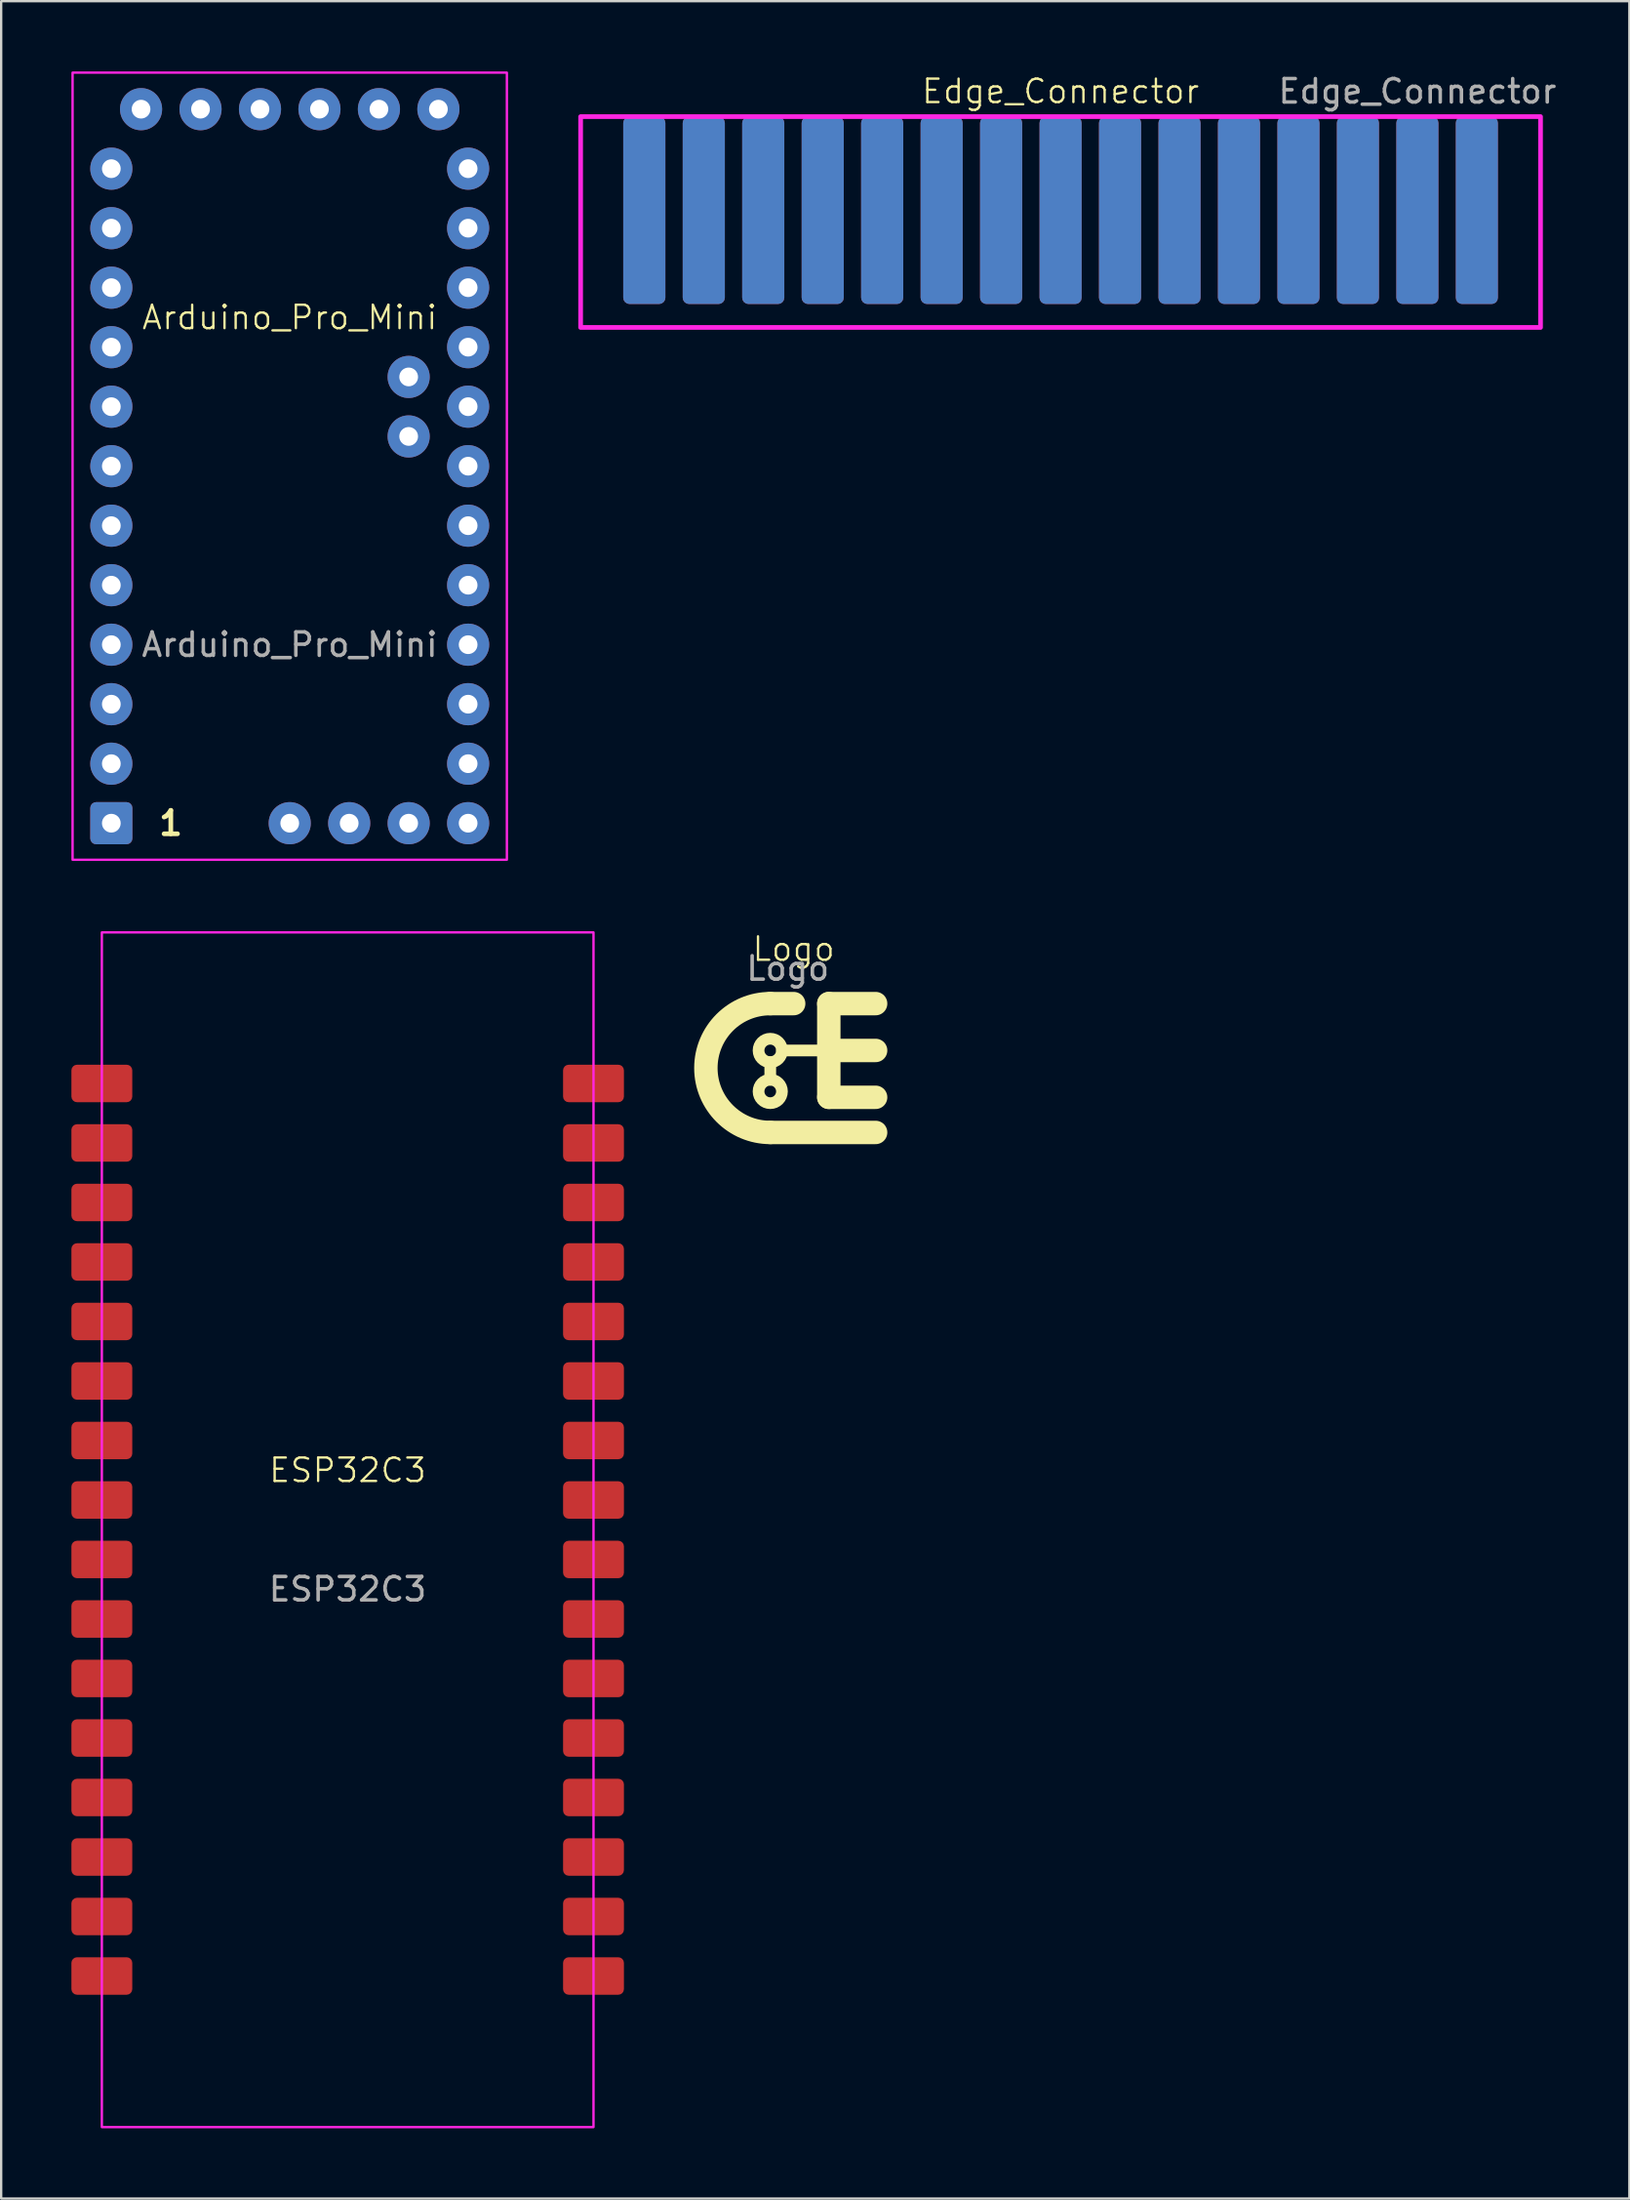
<source format=kicad_pcb>
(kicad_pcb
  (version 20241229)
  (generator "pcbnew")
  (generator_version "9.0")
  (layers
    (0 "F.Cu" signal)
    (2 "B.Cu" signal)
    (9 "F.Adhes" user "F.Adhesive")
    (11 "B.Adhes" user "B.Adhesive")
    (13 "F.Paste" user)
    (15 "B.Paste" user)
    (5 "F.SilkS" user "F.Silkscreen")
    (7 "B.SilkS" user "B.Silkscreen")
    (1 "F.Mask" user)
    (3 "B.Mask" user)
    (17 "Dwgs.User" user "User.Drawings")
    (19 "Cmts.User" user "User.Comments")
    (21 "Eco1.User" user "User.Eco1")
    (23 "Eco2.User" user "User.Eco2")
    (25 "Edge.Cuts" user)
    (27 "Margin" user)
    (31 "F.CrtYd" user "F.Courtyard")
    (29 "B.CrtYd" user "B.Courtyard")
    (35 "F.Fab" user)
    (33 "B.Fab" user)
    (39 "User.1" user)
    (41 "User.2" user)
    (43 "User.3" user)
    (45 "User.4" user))
  (footprint "Edge_Connector"
    (layer "F.Cu")
    (at 42.25 5.928)
    (property "Reference" "Edge_Connector" (at 0 -5.08 0) (unlocked yes) (layer "F.SilkS") (effects (font (size 1 1) (thickness 0.1))))
    (attr smd)
    (fp_rect (start -20.5 -4) (end 20.5 5) (stroke (width 0.2) (type solid)) (fill no) (layer "F.CrtYd"))
    (fp_text user "${REFERENCE}" (at 15.24 -5.08 0) (unlocked yes) (layer "F.Fab") (effects (font (size 1 1) (thickness 0.15))))
    (pad "1" smd roundrect (at -17.78 0) (size 1.8 8) (layers "F.Cu" "F.Mask" "F.Paste") (roundrect_rratio 0.15))
    (pad "2" smd roundrect (at -17.78 0) (size 1.8 8) (layers "B.Cu" "B.Mask" "B.Paste") (roundrect_rratio 0.15))
    (pad "3" smd roundrect (at -15.24 0) (size 1.8 8) (layers "F.Cu" "F.Mask" "F.Paste") (roundrect_rratio 0.15))
    (pad "4" smd roundrect (at -15.24 0) (size 1.8 8) (layers "B.Cu" "B.Mask" "B.Paste") (roundrect_rratio 0.15))
    (pad "5" smd roundrect (at -12.7 0) (size 1.8 8) (layers "F.Cu" "F.Mask" "F.Paste") (roundrect_rratio 0.15))
    (pad "6" smd roundrect (at -12.7 0) (size 1.8 8) (layers "B.Cu" "B.Mask" "B.Paste") (roundrect_rratio 0.15))
    (pad "7" smd roundrect (at -10.16 0) (size 1.8 8) (layers "F.Cu" "F.Mask" "F.Paste") (roundrect_rratio 0.15))
    (pad "8" smd roundrect (at -10.16 0) (size 1.8 8) (layers "B.Cu" "B.Mask" "B.Paste") (roundrect_rratio 0.15))
    (pad "9" smd roundrect (at -7.62 0) (size 1.8 8) (layers "F.Cu" "F.Mask" "F.Paste") (roundrect_rratio 0.15))
    (pad "10" smd roundrect (at -7.62 0) (size 1.8 8) (layers "B.Cu" "B.Mask" "B.Paste") (roundrect_rratio 0.15))
    (pad "11" smd roundrect (at -5.08 0) (size 1.8 8) (layers "F.Cu" "F.Mask" "F.Paste") (roundrect_rratio 0.15))
    (pad "12" smd roundrect (at -5.08 0) (size 1.8 8) (layers "B.Cu" "B.Mask" "B.Paste") (roundrect_rratio 0.15))
    (pad "13" smd roundrect (at -2.54 0) (size 1.8 8) (layers "F.Cu" "F.Mask" "F.Paste") (roundrect_rratio 0.15))
    (pad "14" smd roundrect (at -2.54 0) (size 1.8 8) (layers "B.Cu" "B.Mask" "B.Paste") (roundrect_rratio 0.15))
    (pad "15" smd roundrect (at 0 0) (size 1.8 8) (layers "F.Cu" "F.Mask" "F.Paste") (roundrect_rratio 0.15))
    (pad "16" smd roundrect (at 0 0) (size 1.8 8) (layers "B.Cu" "B.Mask" "B.Paste") (roundrect_rratio 0.15))
    (pad "17" smd roundrect (at 2.54 0) (size 1.8 8) (layers "F.Cu" "F.Mask" "F.Paste") (roundrect_rratio 0.15))
    (pad "18" smd roundrect (at 2.54 0) (size 1.8 8) (layers "B.Cu" "B.Mask" "B.Paste") (roundrect_rratio 0.15))
    (pad "19" smd roundrect (at 5.08 0) (size 1.8 8) (layers "F.Cu" "F.Mask" "F.Paste") (roundrect_rratio 0.15))
    (pad "20" smd roundrect (at 5.08 0) (size 1.8 8) (layers "B.Cu" "B.Mask" "B.Paste") (roundrect_rratio 0.15))
    (pad "21" smd roundrect (at 7.62 0) (size 1.8 8) (layers "F.Cu" "F.Mask" "F.Paste") (roundrect_rratio 0.15))
    (pad "22" smd roundrect (at 7.62 0) (size 1.8 8) (layers "B.Cu" "B.Mask" "B.Paste") (roundrect_rratio 0.15))
    (pad "23" smd roundrect (at 10.16 0) (size 1.8 8) (layers "F.Cu" "F.Mask" "F.Paste") (roundrect_rratio 0.15))
    (pad "24" smd roundrect (at 10.16 0) (size 1.8 8) (layers "B.Cu" "B.Mask" "B.Paste") (roundrect_rratio 0.15))
    (pad "25" smd roundrect (at 12.7 0) (size 1.8 8) (layers "F.Cu" "F.Mask" "F.Paste") (roundrect_rratio 0.15))
    (pad "26" smd roundrect (at 12.7 0) (size 1.8 8) (layers "B.Cu" "B.Mask" "B.Paste") (roundrect_rratio 0.15))
    (pad "27" smd roundrect (at 15.24 0) (size 1.8 8) (layers "F.Cu" "F.Mask" "F.Paste") (roundrect_rratio 0.15))
    (pad "28" smd roundrect (at 15.24 0) (size 1.8 8) (layers "B.Cu" "B.Mask" "B.Paste") (roundrect_rratio 0.15))
    (pad "29" smd roundrect (at 17.78 0) (size 1.8 8) (layers "F.Cu" "F.Mask" "F.Paste") (roundrect_rratio 0.15))
    (pad "30" smd roundrect (at 17.78 0) (size 1.8 8) (layers "B.Cu" "B.Mask" "B.Paste") (roundrect_rratio 0.15)))
  (footprint "Logo"
    (layer "F.Cu")
    (at 30.85 42.541)
    (property "Reference" "Logo" (at 0 -5.08 0) (unlocked yes) (layer "F.SilkS") (effects (font (size 1 1) (thickness 0.1))))
    (attr smd)
    (fp_line (start -1 -2.75) (end 0 -2.75) (stroke (width 1) (type default)) (layer "F.SilkS"))
    (fp_line (start -1 -0.25) (end -1 0.5) (stroke (width 0.5) (type default)) (layer "F.SilkS"))
    (fp_line (start 1.5 1.25) (end 1.5 -2.75) (stroke (width 1) (type default)) (layer "F.SilkS"))
    (fp_line (start 2 -0.75) (end -0.5 -0.75) (stroke (width 0.5) (type default)) (layer "F.SilkS"))
    (fp_line (start 3.5 -2.75) (end 1.5 -2.75) (stroke (width 1) (type default)) (layer "F.SilkS"))
    (fp_line (start 3.5 -0.75) (end 1.5 -0.75) (stroke (width 1) (type default)) (layer "F.SilkS"))
    (fp_line (start 3.5 1.25) (end 1.5 1.25) (stroke (width 1) (type default)) (layer "F.SilkS"))
    (fp_line (start 3.5 2.75) (end -1 2.75) (stroke (width 1) (type default)) (layer "F.SilkS"))
    (fp_arc (start -1 2.75) (mid -3.75 0) (end -1 -2.75) (stroke (width 1) (type default)) (layer "F.SilkS"))
    (fp_circle (center -1 -0.75) (end -0.5 -0.75) (stroke (width 0.5) (type solid)) (fill no) (layer "F.SilkS"))
    (fp_circle (center -1 1) (end -0.5 1) (stroke (width 0.5) (type solid)) (fill no) (layer "F.SilkS"))
    (fp_text user "${REFERENCE}" (at -0.25 -4.25 0) (unlocked yes) (layer "F.Fab") (effects (font (size 1 1) (thickness 0.15)))))
  (footprint "ESP32C3"
    (layer "F.Cu")
    (at 11.8 62.25)
    (property "Reference" "ESP32C3" (at 0 -2.54 0) (unlocked yes) (layer "F.SilkS") (effects (font (size 1 1) (thickness 0.1))))
    (attr smd)
    (fp_rect (start -10.5 -25.5) (end 10.5 25.5) (stroke (width 0.1) (type solid)) (fill no) (layer "F.CrtYd"))
    (fp_text user "${REFERENCE}" (at 0 2.54 0) (unlocked yes) (layer "F.Fab") (effects (font (size 1 1) (thickness 0.15))))
    (pad "1" smd roundrect (at -10.5 -19.05) (size 2.6 1.6) (layers "F.Cu" "F.Mask" "F.Paste") (roundrect_rratio 0.15))
    (pad "2" smd roundrect (at -10.5 -16.51) (size 2.6 1.6) (layers "F.Cu" "F.Mask" "F.Paste") (roundrect_rratio 0.15))
    (pad "3" smd roundrect (at -10.5 -13.97) (size 2.6 1.6) (layers "F.Cu" "F.Mask" "F.Paste") (roundrect_rratio 0.15))
    (pad "4" smd roundrect (at -10.5 -11.43) (size 2.6 1.6) (layers "F.Cu" "F.Mask" "F.Paste") (roundrect_rratio 0.15))
    (pad "5" smd roundrect (at -10.5 -8.89) (size 2.6 1.6) (layers "F.Cu" "F.Mask" "F.Paste") (roundrect_rratio 0.15))
    (pad "6" smd roundrect (at -10.5 -6.35) (size 2.6 1.6) (layers "F.Cu" "F.Mask" "F.Paste") (roundrect_rratio 0.15))
    (pad "7" smd roundrect (at -10.5 -3.81) (size 2.6 1.6) (layers "F.Cu" "F.Mask" "F.Paste") (roundrect_rratio 0.15))
    (pad "8" smd roundrect (at -10.5 -1.27) (size 2.6 1.6) (layers "F.Cu" "F.Mask" "F.Paste") (roundrect_rratio 0.15))
    (pad "9" smd roundrect (at -10.5 1.27) (size 2.6 1.6) (layers "F.Cu" "F.Mask" "F.Paste") (roundrect_rratio 0.15))
    (pad "10" smd roundrect (at -10.5 3.81) (size 2.6 1.6) (layers "F.Cu" "F.Mask" "F.Paste") (roundrect_rratio 0.15))
    (pad "11" smd roundrect (at -10.5 6.35) (size 2.6 1.6) (layers "F.Cu" "F.Mask" "F.Paste") (roundrect_rratio 0.15))
    (pad "12" smd roundrect (at -10.5 8.89) (size 2.6 1.6) (layers "F.Cu" "F.Mask" "F.Paste") (roundrect_rratio 0.15))
    (pad "13" smd roundrect (at -10.5 11.43) (size 2.6 1.6) (layers "F.Cu" "F.Mask" "F.Paste") (roundrect_rratio 0.15))
    (pad "14" smd roundrect (at -10.5 13.97) (size 2.6 1.6) (layers "F.Cu" "F.Mask" "F.Paste") (roundrect_rratio 0.15))
    (pad "15" smd roundrect (at -10.5 16.51) (size 2.6 1.6) (layers "F.Cu" "F.Mask" "F.Paste") (roundrect_rratio 0.15))
    (pad "16" smd roundrect (at -10.5 19.05) (size 2.6 1.6) (layers "F.Cu" "F.Mask" "F.Paste") (roundrect_rratio 0.15))
    (pad "17" smd roundrect (at 10.5 19.05) (size 2.6 1.6) (layers "F.Cu" "F.Mask" "F.Paste") (roundrect_rratio 0.15))
    (pad "18" smd roundrect (at 10.5 16.51) (size 2.6 1.6) (layers "F.Cu" "F.Mask" "F.Paste") (roundrect_rratio 0.15))
    (pad "19" smd roundrect (at 10.5 13.97) (size 2.6 1.6) (layers "F.Cu" "F.Mask" "F.Paste") (roundrect_rratio 0.15))
    (pad "20" smd roundrect (at 10.5 11.43) (size 2.6 1.6) (layers "F.Cu" "F.Mask" "F.Paste") (roundrect_rratio 0.15))
    (pad "21" smd roundrect (at 10.5 8.89) (size 2.6 1.6) (layers "F.Cu" "F.Mask" "F.Paste") (roundrect_rratio 0.15))
    (pad "22" smd roundrect (at 10.5 6.35) (size 2.6 1.6) (layers "F.Cu" "F.Mask" "F.Paste") (roundrect_rratio 0.15))
    (pad "23" smd roundrect (at 10.5 3.81) (size 2.6 1.6) (layers "F.Cu" "F.Mask" "F.Paste") (roundrect_rratio 0.15))
    (pad "24" smd roundrect (at 10.5 1.27) (size 2.6 1.6) (layers "F.Cu" "F.Mask" "F.Paste") (roundrect_rratio 0.15))
    (pad "25" smd roundrect (at 10.5 -1.27) (size 2.6 1.6) (layers "F.Cu" "F.Mask" "F.Paste") (roundrect_rratio 0.15))
    (pad "26" smd roundrect (at 10.5 -3.81) (size 2.6 1.6) (layers "F.Cu" "F.Mask" "F.Paste") (roundrect_rratio 0.15))
    (pad "27" smd roundrect (at 10.5 -6.35) (size 2.6 1.6) (layers "F.Cu" "F.Mask" "F.Paste") (roundrect_rratio 0.15))
    (pad "28" smd roundrect (at 10.5 -8.89) (size 2.6 1.6) (layers "F.Cu" "F.Mask" "F.Paste") (roundrect_rratio 0.15))
    (pad "29" smd roundrect (at 10.5 -11.43) (size 2.6 1.6) (layers "F.Cu" "F.Mask" "F.Paste") (roundrect_rratio 0.15))
    (pad "30" smd roundrect (at 10.5 -13.97) (size 2.6 1.6) (layers "F.Cu" "F.Mask" "F.Paste") (roundrect_rratio 0.15))
    (pad "31" smd roundrect (at 10.5 -16.51) (size 2.6 1.6) (layers "F.Cu" "F.Mask" "F.Paste") (roundrect_rratio 0.15))
    (pad "32" smd roundrect (at 10.5 -19.05) (size 2.6 1.6) (layers "F.Cu" "F.Mask" "F.Paste") (roundrect_rratio 0.15)))
  (footprint "Arduino_Pro_Mini"
    (layer "F.Cu")
    (at 9.325 16.85)
    (property "Reference" "Arduino_Pro_Mini" (at 0 -6.35 0) (unlocked yes) (layer "F.SilkS") (effects (font (size 1 1) (thickness 0.1))))
    (attr through_hole)
    (fp_rect (start -9.275 -16.8) (end 9.275 16.8) (stroke (width 0.1) (type solid)) (fill no) (layer "F.CrtYd"))
    (fp_text user "1" (at -5.08 15.24 0) (unlocked yes) (layer "F.SilkS") (effects (font (size 1 1) (thickness 0.2) (bold yes))))
    (fp_text user "${REFERENCE}" (at 0 7.62 0) (unlocked yes) (layer "F.Fab") (effects (font (size 1 1) (thickness 0.15))))
    (pad "1" thru_hole roundrect (at -7.62 15.24) (size 1.8 1.8) (drill 0.8) (layers "*.Cu" "*.Mask") (roundrect_rratio 0.139))
    (pad "2" thru_hole circle (at -7.62 12.7) (size 1.8 1.8) (drill 0.8) (layers "*.Cu" "*.Mask"))
    (pad "3" thru_hole circle (at -7.62 10.16) (size 1.8 1.8) (drill 0.8) (layers "*.Cu" "*.Mask"))
    (pad "4" thru_hole circle (at -7.62 7.62) (size 1.8 1.8) (drill 0.8) (layers "*.Cu" "*.Mask"))
    (pad "5" thru_hole circle (at -7.62 5.08) (size 1.8 1.8) (drill 0.8) (layers "*.Cu" "*.Mask"))
    (pad "6" thru_hole circle (at -7.62 2.54) (size 1.8 1.8) (drill 0.8) (layers "*.Cu" "*.Mask"))
    (pad "7" thru_hole circle (at -7.62 0) (size 1.8 1.8) (drill 0.8) (layers "*.Cu" "*.Mask"))
    (pad "8" thru_hole circle (at -7.62 -2.54) (size 1.8 1.8) (drill 0.8) (layers "*.Cu" "*.Mask"))
    (pad "9" thru_hole circle (at -7.62 -5.08) (size 1.8 1.8) (drill 0.8) (layers "*.Cu" "*.Mask"))
    (pad "10" thru_hole circle (at -7.62 -7.62) (size 1.8 1.8) (drill 0.8) (layers "*.Cu" "*.Mask"))
    (pad "11" thru_hole circle (at -7.62 -10.16) (size 1.8 1.8) (drill 0.8) (layers "*.Cu" "*.Mask"))
    (pad "12" thru_hole circle (at -7.62 -12.7) (size 1.8 1.8) (drill 0.8) (layers "*.Cu" "*.Mask"))
    (pad "13" thru_hole circle (at -6.35 -15.24) (size 1.8 1.8) (drill 0.8) (layers "*.Cu" "*.Mask"))
    (pad "14" thru_hole circle (at -3.81 -15.24) (size 1.8 1.8) (drill 0.8) (layers "*.Cu" "*.Mask"))
    (pad "15" thru_hole circle (at -1.27 -15.24) (size 1.8 1.8) (drill 0.8) (layers "*.Cu" "*.Mask"))
    (pad "16" thru_hole circle (at 1.27 -15.24) (size 1.8 1.8) (drill 0.8) (layers "*.Cu" "*.Mask"))
    (pad "17" thru_hole circle (at 3.81 -15.24) (size 1.8 1.8) (drill 0.8) (layers "*.Cu" "*.Mask"))
    (pad "18" thru_hole circle (at 6.35 -15.24) (size 1.8 1.8) (drill 0.8) (layers "*.Cu" "*.Mask"))
    (pad "19" thru_hole circle (at 7.62 -12.7) (size 1.8 1.8) (drill 0.8) (layers "*.Cu" "*.Mask"))
    (pad "20" thru_hole circle (at 7.62 -10.16) (size 1.8 1.8) (drill 0.8) (layers "*.Cu" "*.Mask"))
    (pad "21" thru_hole circle (at 7.62 -7.62) (size 1.8 1.8) (drill 0.8) (layers "*.Cu" "*.Mask"))
    (pad "22" thru_hole circle (at 7.62 -5.08) (size 1.8 1.8) (drill 0.8) (layers "*.Cu" "*.Mask"))
    (pad "23" thru_hole circle (at 7.62 -2.54) (size 1.8 1.8) (drill 0.8) (layers "*.Cu" "*.Mask"))
    (pad "24" thru_hole circle (at 7.62 0) (size 1.8 1.8) (drill 0.8) (layers "*.Cu" "*.Mask"))
    (pad "25" thru_hole circle (at 7.62 2.54) (size 1.8 1.8) (drill 0.8) (layers "*.Cu" "*.Mask"))
    (pad "26" thru_hole circle (at 7.62 5.08) (size 1.8 1.8) (drill 0.8) (layers "*.Cu" "*.Mask"))
    (pad "27" thru_hole circle (at 7.62 7.62) (size 1.8 1.8) (drill 0.8) (layers "*.Cu" "*.Mask"))
    (pad "28" thru_hole circle (at 7.62 10.16) (size 1.8 1.8) (drill 0.8) (layers "*.Cu" "*.Mask"))
    (pad "29" thru_hole circle (at 7.62 12.7) (size 1.8 1.8) (drill 0.8) (layers "*.Cu" "*.Mask"))
    (pad "30" thru_hole circle (at 7.62 15.24) (size 1.8 1.8) (drill 0.8) (layers "*.Cu" "*.Mask"))
    (pad "31" thru_hole circle (at 5.08 15.24) (size 1.8 1.8) (drill 0.8) (layers "*.Cu" "*.Mask"))
    (pad "32" thru_hole circle (at 2.54 15.24) (size 1.8 1.8) (drill 0.8) (layers "*.Cu" "*.Mask"))
    (pad "33" thru_hole circle (at 0 15.24) (size 1.8 1.8) (drill 0.8) (layers "*.Cu" "*.Mask"))
    (pad "34" thru_hole circle (at 5.08 -3.81) (size 1.8 1.8) (drill 0.8) (layers "*.Cu" "*.Mask"))
    (pad "35" thru_hole circle (at 5.08 -1.27) (size 1.8 1.8) (drill 0.8) (layers "*.Cu" "*.Mask")))
  (gr_rect
    (start -3 -3)
    (end 66.544 90.8)
    (stroke (width 0.1) (type default))
    (fill no)
    (layer "Edge.Cuts")))
</source>
